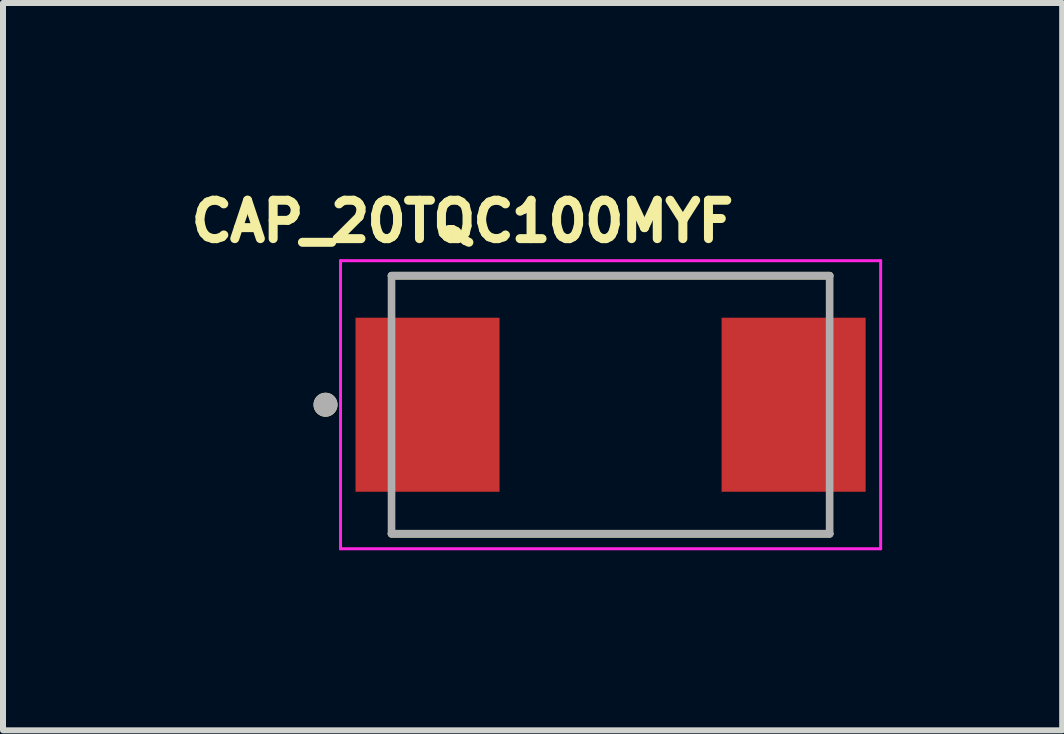
<source format=kicad_pcb>
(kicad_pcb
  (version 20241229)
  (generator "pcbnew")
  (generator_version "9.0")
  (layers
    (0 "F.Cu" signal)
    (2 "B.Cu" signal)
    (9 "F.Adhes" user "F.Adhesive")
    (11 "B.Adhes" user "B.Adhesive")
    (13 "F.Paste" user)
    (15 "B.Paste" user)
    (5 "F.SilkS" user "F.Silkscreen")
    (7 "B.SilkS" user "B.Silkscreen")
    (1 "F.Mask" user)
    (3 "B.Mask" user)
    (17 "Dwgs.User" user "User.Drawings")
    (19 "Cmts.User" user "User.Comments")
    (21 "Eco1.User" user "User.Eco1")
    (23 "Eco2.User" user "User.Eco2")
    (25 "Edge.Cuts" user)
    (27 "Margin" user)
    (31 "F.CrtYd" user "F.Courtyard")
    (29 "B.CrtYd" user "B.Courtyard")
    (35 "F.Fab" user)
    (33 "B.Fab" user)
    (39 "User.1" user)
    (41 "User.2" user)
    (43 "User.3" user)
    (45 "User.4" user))
  (footprint "CAP_20TQC100MYF"
    (layer "F.Cu")
    (at 7.124 3.694)
    (property "Reference" "CAP_20TQC100MYF" (at -2.468 -3.056 0) (layer "F.SilkS") (effects (font (size 0.64 0.64) (thickness 0.15))))
    (attr through_hole)
    (fp_line (start -3.65 -2.15) (end 3.65 -2.15) (stroke (width 0.127) (type solid)) (layer "F.SilkS"))
    (fp_line (start -3.65 2.15) (end 3.65 2.15) (stroke (width 0.127) (type solid)) (layer "F.SilkS"))
    (fp_circle (center -4.75 0) (end -4.65 0) (stroke (width 0.2) (type solid)) (fill no) (layer "F.SilkS"))
    (fp_line (start -4.5 -2.4) (end -4.5 2.4) (stroke (width 0.05) (type solid)) (layer "F.CrtYd"))
    (fp_line (start -4.5 2.4) (end 4.5 2.4) (stroke (width 0.05) (type solid)) (layer "F.CrtYd"))
    (fp_line (start 4.5 -2.4) (end -4.5 -2.4) (stroke (width 0.05) (type solid)) (layer "F.CrtYd"))
    (fp_line (start 4.5 2.4) (end 4.5 -2.4) (stroke (width 0.05) (type solid)) (layer "F.CrtYd"))
    (fp_line (start -3.65 -2.15) (end -3.65 2.15) (stroke (width 0.127) (type solid)) (layer "F.Fab"))
    (fp_line (start -3.65 -2.15) (end 3.65 -2.15) (stroke (width 0.127) (type solid)) (layer "F.Fab"))
    (fp_line (start -3.65 2.15) (end 3.65 2.15) (stroke (width 0.127) (type solid)) (layer "F.Fab"))
    (fp_line (start 3.65 -2.15) (end 3.65 2.15) (stroke (width 0.127) (type solid)) (layer "F.Fab"))
    (fp_circle (center -4.75 0) (end -4.65 0) (stroke (width 0.2) (type solid)) (fill no) (layer "F.Fab"))
    (pad "1" smd rect (at -3.05 0) (size 2.4 2.9) (layers "F.Cu" "F.Mask" "F.Paste"))
    (pad "2" smd rect (at 3.05 0) (size 2.4 2.9) (layers "F.Cu" "F.Mask" "F.Paste")))
  (gr_rect
    (start -3 -3)
    (end 14.649 9.119)
    (stroke (width 0.1) (type default))
    (fill no)
    (layer "Edge.Cuts")))
</source>
